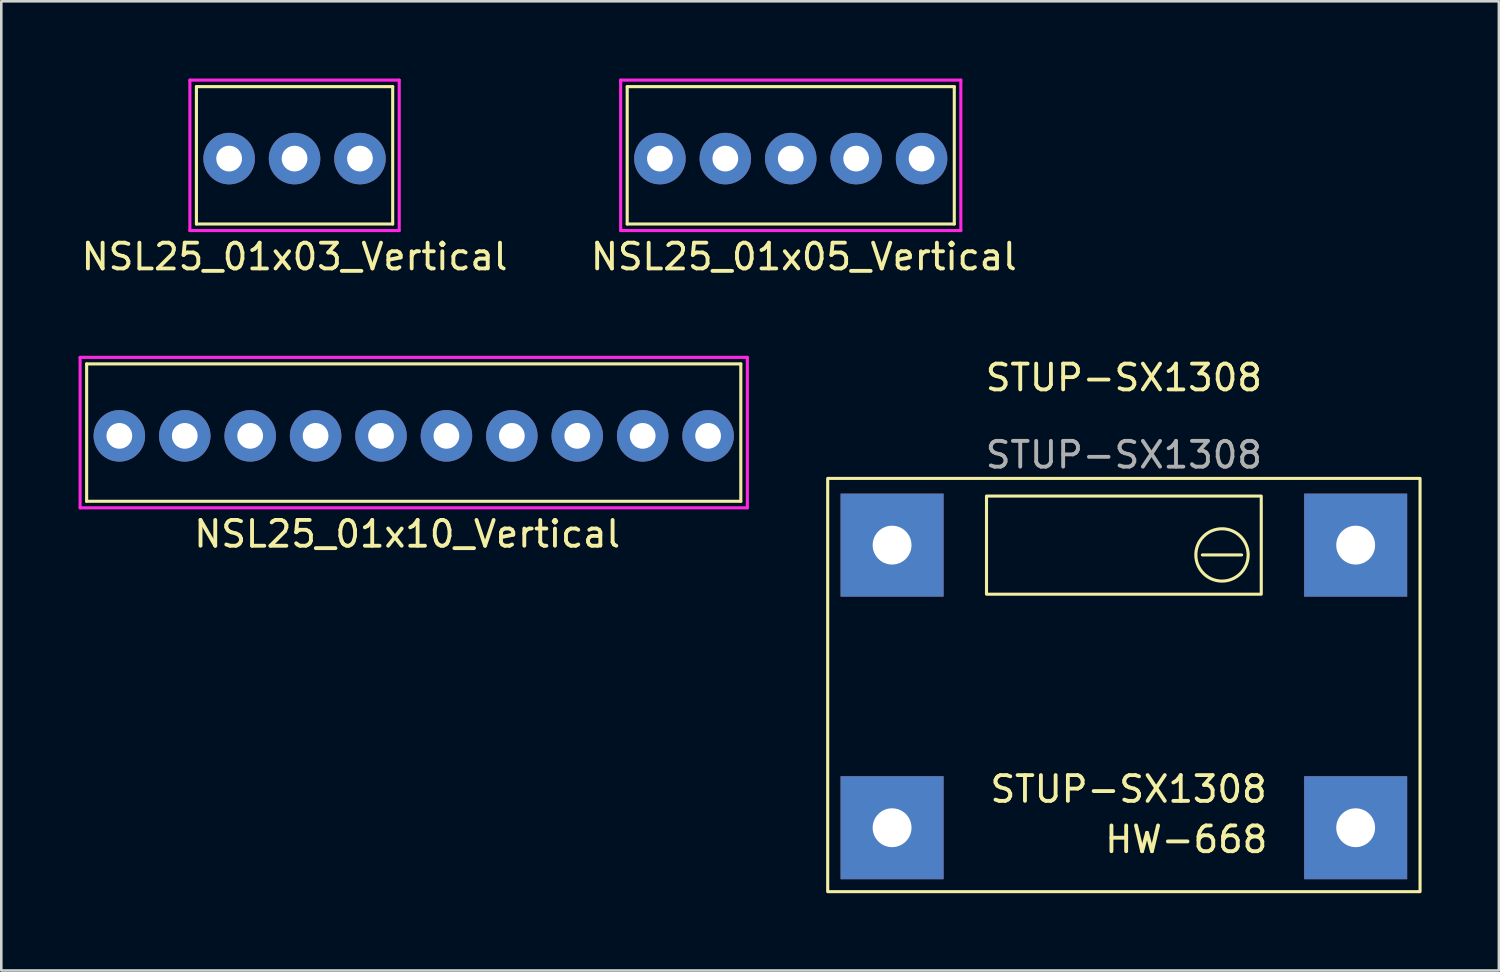
<source format=kicad_pcb>
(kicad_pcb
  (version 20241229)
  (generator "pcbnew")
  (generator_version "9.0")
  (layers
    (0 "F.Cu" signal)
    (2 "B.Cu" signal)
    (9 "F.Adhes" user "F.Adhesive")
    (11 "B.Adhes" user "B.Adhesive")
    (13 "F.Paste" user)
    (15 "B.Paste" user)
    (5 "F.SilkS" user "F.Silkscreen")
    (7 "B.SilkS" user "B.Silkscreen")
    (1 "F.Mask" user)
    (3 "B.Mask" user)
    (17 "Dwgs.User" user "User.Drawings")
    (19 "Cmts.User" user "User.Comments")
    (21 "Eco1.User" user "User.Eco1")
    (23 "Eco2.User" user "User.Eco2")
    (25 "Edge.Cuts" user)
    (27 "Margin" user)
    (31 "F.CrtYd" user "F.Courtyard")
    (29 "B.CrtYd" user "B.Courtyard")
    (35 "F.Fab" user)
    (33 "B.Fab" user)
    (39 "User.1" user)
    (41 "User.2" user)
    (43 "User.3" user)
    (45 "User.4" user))
  (footprint "STUP-SX1308"
    (layer "F.Cu")
    (at 40.588 21.52)
    (property "Reference" "STUP-SX1308" (at 0 -9.906 0) (unlocked yes) (layer "F.SilkS") (effects (font (size 1 1) (thickness 0.15))))
    (attr through_hole)
    (fp_line (start 3.048 -3.023) (end 4.572 -3.023) (stroke (width 0.12) (type solid)) (layer "F.SilkS"))
    (fp_rect (start -11.5 -5.994) (end 11.5 10.052) (stroke (width 0.12) (type solid)) (fill no) (layer "F.SilkS"))
    (fp_rect (start -5.334 -5.309) (end 5.334 -1.499) (stroke (width 0.12) (type solid)) (fill no) (layer "F.SilkS"))
    (fp_circle (center 3.81 -3.023) (end 4.826 -3.023) (stroke (width 0.12) (type solid)) (fill no) (layer "F.SilkS"))
    (fp_text user "HW-668" (at 5.664 8.026 0) (unlocked yes) (layer "F.SilkS") (effects (font (size 1 1) (thickness 0.15)) (justify right)))
    (fp_text user "STUP-SX1308" (at 5.639 6.071 0) (unlocked yes) (layer "F.SilkS") (effects (font (size 1 1) (thickness 0.15)) (justify right)))
    (fp_text user "${REFERENCE}" (at 0 -6.906 0) (unlocked yes) (layer "F.Fab") (effects (font (size 1 1) (thickness 0.15))))
    (pad "1" thru_hole rect (at -9 -3.404) (size 4 4) (drill 1.508) (layers "*.Cu" "*.Mask"))
    (pad "2" thru_hole rect (at -9 7.569) (size 4 4) (drill 1.508) (layers "*.Cu" "*.Mask"))
    (pad "3" thru_hole rect (at 9 -3.404) (size 4 4) (drill 1.508) (layers "*.Cu" "*.Mask"))
    (pad "4" thru_hole rect (at 9 7.569) (size 4 4) (drill 1.508) (layers "*.Cu" "*.Mask")))
  (footprint "NSL25_01x05_Vertical"
    (layer "F.Cu")
    (at 22.573 3.108)
    (property "Reference" "NSL25_01x05_Vertical" (at 5.588 3.81 0) (layer "F.SilkS") (effects (font (size 1 1) (thickness 0.15))))
    (attr through_hole)
    (fp_line (start -1.27 -2.794) (end 11.43 -2.794) (stroke (width 0.12) (type solid)) (layer "F.SilkS"))
    (fp_line (start -1.27 2.54) (end -1.27 -2.794) (stroke (width 0.12) (type solid)) (layer "F.SilkS"))
    (fp_line (start 11.43 -2.794) (end 11.43 2.54) (stroke (width 0.12) (type solid)) (layer "F.SilkS"))
    (fp_line (start 11.43 2.54) (end -1.27 2.54) (stroke (width 0.12) (type solid)) (layer "F.SilkS"))
    (fp_line (start -1.524 -3.048) (end -1.524 2.794) (stroke (width 0.12) (type solid)) (layer "F.CrtYd"))
    (fp_line (start -1.524 2.794) (end 11.684 2.794) (stroke (width 0.12) (type solid)) (layer "F.CrtYd"))
    (fp_line (start 11.684 -3.048) (end -1.524 -3.048) (stroke (width 0.12) (type solid)) (layer "F.CrtYd"))
    (fp_line (start 11.684 -3.048) (end 11.684 2.794) (stroke (width 0.12) (type solid)) (layer "F.CrtYd"))
    (pad "1" thru_hole circle (at 0 0) (size 2 2) (drill 1) (layers "*.Cu" "*.Mask"))
    (pad "2" thru_hole circle (at 2.54 0) (size 2 2) (drill 1) (layers "*.Cu" "*.Mask"))
    (pad "3" thru_hole circle (at 5.08 0) (size 2 2) (drill 1) (layers "*.Cu" "*.Mask"))
    (pad "4" thru_hole circle (at 7.62 0) (size 2 2) (drill 1) (layers "*.Cu" "*.Mask"))
    (pad "5" thru_hole circle (at 10.16 0) (size 2 2) (drill 1) (layers "*.Cu" "*.Mask")))
  (footprint "NSL25_01x10_Vertical"
    (layer "F.Cu")
    (at 1.584 13.874)
    (property "Reference" "NSL25_01x10_Vertical" (at 11.176 3.81 0) (layer "F.SilkS") (effects (font (size 1 1) (thickness 0.15))))
    (attr through_hole)
    (fp_line (start -1.27 -2.794) (end 24.13 -2.794) (stroke (width 0.12) (type solid)) (layer "F.SilkS"))
    (fp_line (start -1.27 2.54) (end -1.27 -2.794) (stroke (width 0.12) (type solid)) (layer "F.SilkS"))
    (fp_line (start 24.13 -2.794) (end 24.13 2.54) (stroke (width 0.12) (type solid)) (layer "F.SilkS"))
    (fp_line (start 24.13 2.54) (end -1.27 2.54) (stroke (width 0.12) (type solid)) (layer "F.SilkS"))
    (fp_line (start -1.524 -3.048) (end -1.524 2.794) (stroke (width 0.12) (type solid)) (layer "F.CrtYd"))
    (fp_line (start -1.524 2.794) (end 24.384 2.794) (stroke (width 0.12) (type solid)) (layer "F.CrtYd"))
    (fp_line (start 24.384 -3.048) (end -1.524 -3.048) (stroke (width 0.12) (type solid)) (layer "F.CrtYd"))
    (fp_line (start 24.384 -3.048) (end 24.384 2.794) (stroke (width 0.12) (type solid)) (layer "F.CrtYd"))
    (pad "1" thru_hole circle (at 0 0) (size 2 2) (drill 1) (layers "*.Cu" "*.Mask"))
    (pad "2" thru_hole circle (at 2.54 0) (size 2 2) (drill 1) (layers "*.Cu" "*.Mask"))
    (pad "3" thru_hole circle (at 5.08 0) (size 2 2) (drill 1) (layers "*.Cu" "*.Mask"))
    (pad "4" thru_hole circle (at 7.62 0) (size 2 2) (drill 1) (layers "*.Cu" "*.Mask"))
    (pad "5" thru_hole circle (at 10.16 0) (size 2 2) (drill 1) (layers "*.Cu" "*.Mask"))
    (pad "6" thru_hole circle (at 12.7 0) (size 2 2) (drill 1) (layers "*.Cu" "*.Mask"))
    (pad "7" thru_hole circle (at 15.24 0) (size 2 2) (drill 1) (layers "*.Cu" "*.Mask"))
    (pad "8" thru_hole circle (at 17.78 0) (size 2 2) (drill 1) (layers "*.Cu" "*.Mask"))
    (pad "9" thru_hole circle (at 20.32 0) (size 2 2) (drill 1) (layers "*.Cu" "*.Mask"))
    (pad "10" thru_hole circle (at 22.86 0) (size 2 2) (drill 1) (layers "*.Cu" "*.Mask")))
  (footprint "NSL25_01x03_Vertical"
    (layer "F.Cu")
    (at 5.847 3.108)
    (property "Reference" "NSL25_01x03_Vertical" (at 2.54 3.81 0) (layer "F.SilkS") (effects (font (size 1 1) (thickness 0.15))))
    (attr through_hole)
    (fp_line (start -1.27 -2.794) (end 6.35 -2.794) (stroke (width 0.12) (type solid)) (layer "F.SilkS"))
    (fp_line (start -1.27 2.54) (end -1.27 -2.794) (stroke (width 0.12) (type solid)) (layer "F.SilkS"))
    (fp_line (start 6.35 -2.794) (end 6.35 2.54) (stroke (width 0.12) (type solid)) (layer "F.SilkS"))
    (fp_line (start 6.35 2.54) (end -1.27 2.54) (stroke (width 0.12) (type solid)) (layer "F.SilkS"))
    (fp_line (start -1.524 -3.048) (end -1.524 2.794) (stroke (width 0.12) (type solid)) (layer "F.CrtYd"))
    (fp_line (start -1.524 2.794) (end 6.604 2.794) (stroke (width 0.12) (type solid)) (layer "F.CrtYd"))
    (fp_line (start 6.604 -3.048) (end -1.524 -3.048) (stroke (width 0.12) (type solid)) (layer "F.CrtYd"))
    (fp_line (start 6.604 -3.048) (end 6.604 2.794) (stroke (width 0.12) (type solid)) (layer "F.CrtYd"))
    (pad "1" thru_hole circle (at 0 0) (size 2 2) (drill 1) (layers "*.Cu" "*.Mask"))
    (pad "2" thru_hole circle (at 2.54 0) (size 2 2) (drill 1) (layers "*.Cu" "*.Mask"))
    (pad "3" thru_hole circle (at 5.08 0) (size 2 2) (drill 1) (layers "*.Cu" "*.Mask")))
  (gr_rect
    (start -3 -3)
    (end 55.148 34.632)
    (stroke (width 0.1) (type default))
    (fill no)
    (layer "Edge.Cuts")))
</source>
